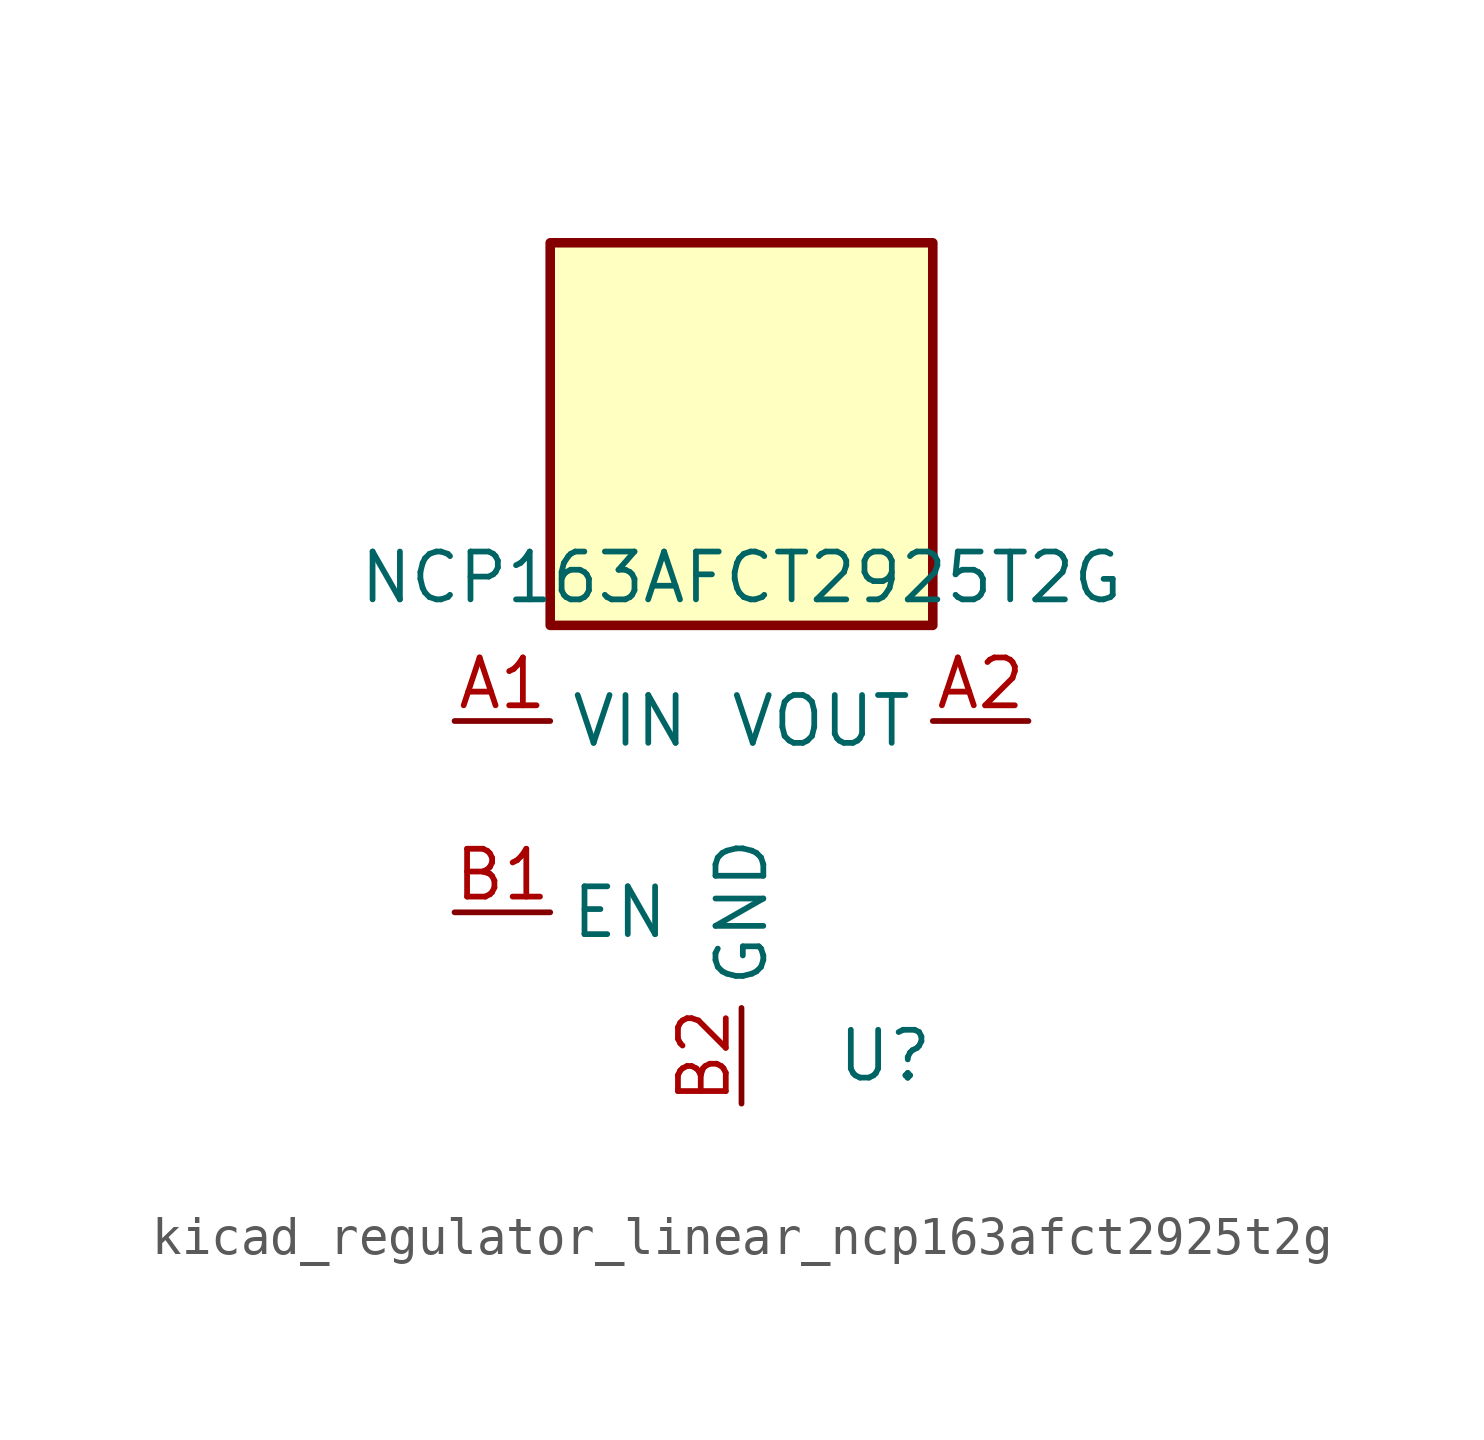
<source format=kicad_sym>
(kicad_symbol_lib
  (version 20220914)
  (generator kicad_symbol_editor)
  (symbol "kicad_regulator_linear_ncp163afct2925t2g"
    (property "Reference" "U"
      (at 3.81 -6.35 0)
      (effects (font (size 1.27 1.27))))
    (property "Value" "NCP163AFCT2925T2G"
      (at 0 6.35 0)
      (effects (font (size 1.27 1.27))))
    (symbol "kicad_regulator_linear_ncp163afct2925t2g_0_1"
      (rectangle (start 5.08 15.24) (end -5.08 5.08) (stroke (width 0.254) (type default)) (fill (type background))))
    (symbol "kicad_regulator_linear_ncp163afct2925t2g_1_1"
      (pin power_in line (at -7.62 2.54 0) (length 2.54) (name "VIN" (effects (font (size 1.27 1.27)))) (number "A1" (effects (font (size 1.27 1.27)))))
      (pin power_out line (at 7.62 2.54 180) (length 2.54) (name "VOUT" (effects (font (size 1.27 1.27)))) (number "A2" (effects (font (size 1.27 1.27)))))
      (pin input line (at -7.62 -2.54 0) (length 2.54) (name "EN" (effects (font (size 1.27 1.27)))) (number "B1" (effects (font (size 1.27 1.27)))))
      (pin power_in line (at 0 -7.62 90) (length 2.54) (name "GND" (effects (font (size 1.27 1.27)))) (number "B2" (effects (font (size 1.27 1.27))))))))
</source>
